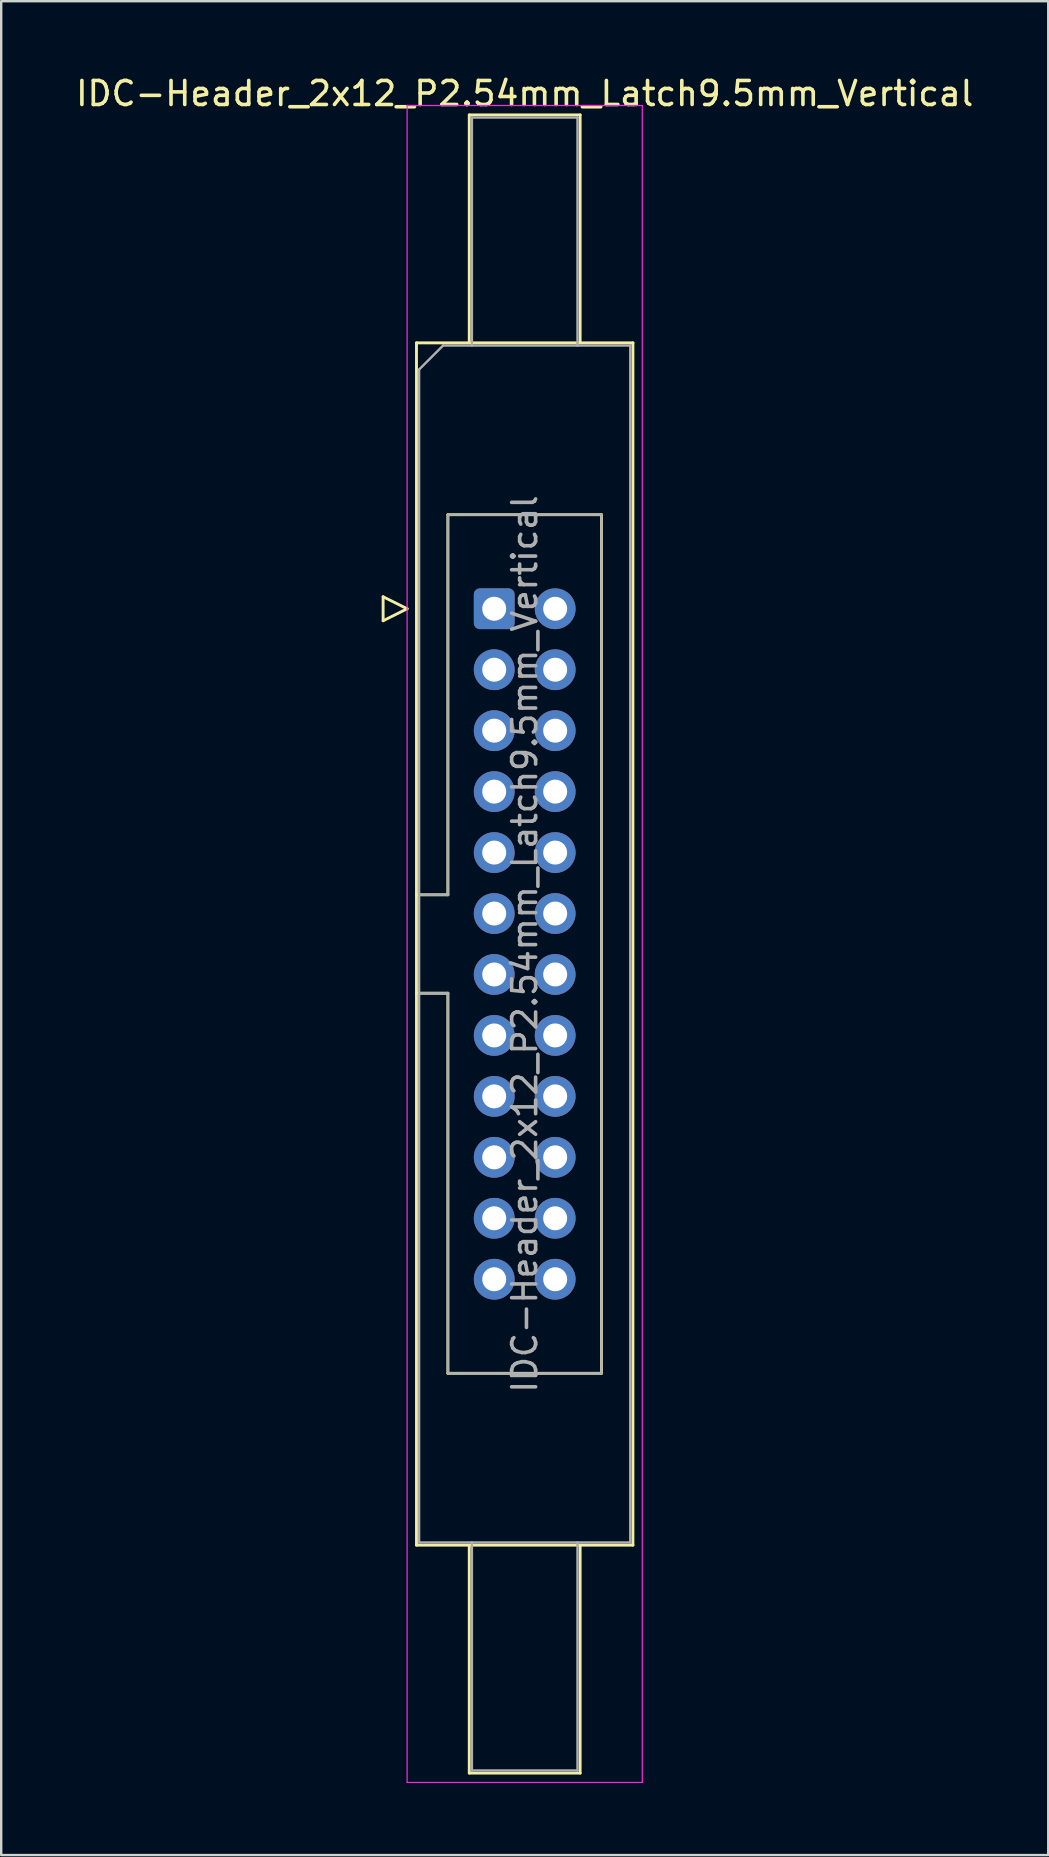
<source format=kicad_pcb>
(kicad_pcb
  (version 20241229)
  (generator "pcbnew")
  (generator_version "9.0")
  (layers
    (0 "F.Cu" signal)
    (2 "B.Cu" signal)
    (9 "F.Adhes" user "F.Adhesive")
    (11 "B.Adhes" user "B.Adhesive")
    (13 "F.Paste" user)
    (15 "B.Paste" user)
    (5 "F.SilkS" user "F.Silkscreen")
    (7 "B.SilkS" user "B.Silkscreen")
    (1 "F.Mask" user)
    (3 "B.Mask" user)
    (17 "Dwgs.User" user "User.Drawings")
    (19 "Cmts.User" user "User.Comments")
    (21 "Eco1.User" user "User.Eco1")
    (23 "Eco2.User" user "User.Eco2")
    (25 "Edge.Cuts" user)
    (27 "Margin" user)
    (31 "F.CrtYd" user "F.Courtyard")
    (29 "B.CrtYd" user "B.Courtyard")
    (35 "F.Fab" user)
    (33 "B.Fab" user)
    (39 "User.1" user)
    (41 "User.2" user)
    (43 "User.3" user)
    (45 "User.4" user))
  (footprint "IDC-Header_2x12_P2.54mm_Latch9.5mm_Vertical"
    (layer "F.Cu")
    (at 17.545 22.318)
    (property "Reference" "IDC-Header_2x12_P2.54mm_Latch9.5mm_Vertical" (at 1.27 -21.47 0) (layer "F.SilkS") (effects (font (size 1 1) (thickness 0.15))))
    (attr through_hole)
    (fp_line (start -4.63 -0.5) (end -4.63 0.5) (stroke (width 0.12) (type solid)) (layer "F.SilkS"))
    (fp_line (start -4.63 0.5) (end -3.63 0) (stroke (width 0.12) (type solid)) (layer "F.SilkS"))
    (fp_line (start -3.63 0) (end -4.63 -0.5) (stroke (width 0.12) (type solid)) (layer "F.SilkS"))
    (fp_line (start -3.24 -11.08) (end 5.78 -11.08) (stroke (width 0.12) (type solid)) (layer "F.SilkS"))
    (fp_line (start -3.24 11.92) (end -1.93 11.92) (stroke (width 0.12) (type solid)) (layer "F.SilkS"))
    (fp_line (start -3.24 39.02) (end -3.24 -11.08) (stroke (width 0.12) (type solid)) (layer "F.SilkS"))
    (fp_line (start -1.93 -3.92) (end 4.47 -3.92) (stroke (width 0.12) (type solid)) (layer "F.SilkS"))
    (fp_line (start -1.93 11.92) (end -1.93 -3.92) (stroke (width 0.12) (type solid)) (layer "F.SilkS"))
    (fp_line (start -1.93 16.02) (end -3.24 16.02) (stroke (width 0.12) (type solid)) (layer "F.SilkS"))
    (fp_line (start -1.93 31.86) (end -1.93 16.02) (stroke (width 0.12) (type solid)) (layer "F.SilkS"))
    (fp_line (start -1.04 -20.58) (end 3.58 -20.58) (stroke (width 0.12) (type solid)) (layer "F.SilkS"))
    (fp_line (start -1.04 -11.08) (end -1.04 -20.58) (stroke (width 0.12) (type solid)) (layer "F.SilkS"))
    (fp_line (start -1.04 39.02) (end -1.04 48.52) (stroke (width 0.12) (type solid)) (layer "F.SilkS"))
    (fp_line (start -1.04 48.52) (end 3.58 48.52) (stroke (width 0.12) (type solid)) (layer "F.SilkS"))
    (fp_line (start 3.58 -20.58) (end 3.58 -11.08) (stroke (width 0.12) (type solid)) (layer "F.SilkS"))
    (fp_line (start 3.58 48.52) (end 3.58 39.02) (stroke (width 0.12) (type solid)) (layer "F.SilkS"))
    (fp_line (start 4.47 -3.92) (end 4.47 31.86) (stroke (width 0.12) (type solid)) (layer "F.SilkS"))
    (fp_line (start 4.47 31.86) (end -1.93 31.86) (stroke (width 0.12) (type solid)) (layer "F.SilkS"))
    (fp_line (start 5.78 -11.08) (end 5.78 39.02) (stroke (width 0.12) (type solid)) (layer "F.SilkS"))
    (fp_line (start 5.78 39.02) (end -3.24 39.02) (stroke (width 0.12) (type solid)) (layer "F.SilkS"))
    (fp_line (start -3.63 -20.97) (end -3.63 48.91) (stroke (width 0.05) (type solid)) (layer "F.CrtYd"))
    (fp_line (start -3.63 48.91) (end 6.17 48.91) (stroke (width 0.05) (type solid)) (layer "F.CrtYd"))
    (fp_line (start 6.17 -20.97) (end -3.63 -20.97) (stroke (width 0.05) (type solid)) (layer "F.CrtYd"))
    (fp_line (start 6.17 48.91) (end 6.17 -20.97) (stroke (width 0.05) (type solid)) (layer "F.CrtYd"))
    (fp_line (start -3.13 -9.97) (end -2.13 -10.97) (stroke (width 0.1) (type solid)) (layer "F.Fab"))
    (fp_line (start -3.13 11.92) (end -1.93 11.92) (stroke (width 0.1) (type solid)) (layer "F.Fab"))
    (fp_line (start -3.13 38.91) (end -3.13 -9.97) (stroke (width 0.1) (type solid)) (layer "F.Fab"))
    (fp_line (start -2.13 -10.97) (end 5.67 -10.97) (stroke (width 0.1) (type solid)) (layer "F.Fab"))
    (fp_line (start -1.93 -3.92) (end 4.47 -3.92) (stroke (width 0.1) (type solid)) (layer "F.Fab"))
    (fp_line (start -1.93 11.92) (end -1.93 -3.92) (stroke (width 0.1) (type solid)) (layer "F.Fab"))
    (fp_line (start -1.93 16.02) (end -3.13 16.02) (stroke (width 0.1) (type solid)) (layer "F.Fab"))
    (fp_line (start -1.93 31.86) (end -1.93 16.02) (stroke (width 0.1) (type solid)) (layer "F.Fab"))
    (fp_line (start -0.93 -20.47) (end 3.47 -20.47) (stroke (width 0.1) (type solid)) (layer "F.Fab"))
    (fp_line (start -0.93 -10.97) (end -0.93 -20.47) (stroke (width 0.1) (type solid)) (layer "F.Fab"))
    (fp_line (start -0.93 38.91) (end -0.93 48.41) (stroke (width 0.1) (type solid)) (layer "F.Fab"))
    (fp_line (start -0.93 48.41) (end 3.47 48.41) (stroke (width 0.1) (type solid)) (layer "F.Fab"))
    (fp_line (start 3.47 -20.47) (end 3.47 -10.97) (stroke (width 0.1) (type solid)) (layer "F.Fab"))
    (fp_line (start 3.47 48.41) (end 3.47 38.91) (stroke (width 0.1) (type solid)) (layer "F.Fab"))
    (fp_line (start 4.47 -3.92) (end 4.47 31.86) (stroke (width 0.1) (type solid)) (layer "F.Fab"))
    (fp_line (start 4.47 31.86) (end -1.93 31.86) (stroke (width 0.1) (type solid)) (layer "F.Fab"))
    (fp_line (start 5.67 -10.97) (end 5.67 38.91) (stroke (width 0.1) (type solid)) (layer "F.Fab"))
    (fp_line (start 5.67 38.91) (end -3.13 38.91) (stroke (width 0.1) (type solid)) (layer "F.Fab"))
    (fp_text user "${REFERENCE}" (at 1.27 13.97 90) (layer "F.Fab") (effects (font (size 1 1) (thickness 0.15))))
    (pad "1" thru_hole roundrect (at 0 0) (size 1.7 1.7) (drill 1) (layers "*.Cu" "*.Mask") (roundrect_rratio 0.147))
    (pad "2" thru_hole circle (at 2.54 0) (size 1.7 1.7) (drill 1) (layers "*.Cu" "*.Mask"))
    (pad "3" thru_hole circle (at 0 2.54) (size 1.7 1.7) (drill 1) (layers "*.Cu" "*.Mask"))
    (pad "4" thru_hole circle (at 2.54 2.54) (size 1.7 1.7) (drill 1) (layers "*.Cu" "*.Mask"))
    (pad "5" thru_hole circle (at 0 5.08) (size 1.7 1.7) (drill 1) (layers "*.Cu" "*.Mask"))
    (pad "6" thru_hole circle (at 2.54 5.08) (size 1.7 1.7) (drill 1) (layers "*.Cu" "*.Mask"))
    (pad "7" thru_hole circle (at 0 7.62) (size 1.7 1.7) (drill 1) (layers "*.Cu" "*.Mask"))
    (pad "8" thru_hole circle (at 2.54 7.62) (size 1.7 1.7) (drill 1) (layers "*.Cu" "*.Mask"))
    (pad "9" thru_hole circle (at 0 10.16) (size 1.7 1.7) (drill 1) (layers "*.Cu" "*.Mask"))
    (pad "10" thru_hole circle (at 2.54 10.16) (size 1.7 1.7) (drill 1) (layers "*.Cu" "*.Mask"))
    (pad "11" thru_hole circle (at 0 12.7) (size 1.7 1.7) (drill 1) (layers "*.Cu" "*.Mask"))
    (pad "12" thru_hole circle (at 2.54 12.7) (size 1.7 1.7) (drill 1) (layers "*.Cu" "*.Mask"))
    (pad "13" thru_hole circle (at 0 15.24) (size 1.7 1.7) (drill 1) (layers "*.Cu" "*.Mask"))
    (pad "14" thru_hole circle (at 2.54 15.24) (size 1.7 1.7) (drill 1) (layers "*.Cu" "*.Mask"))
    (pad "15" thru_hole circle (at 0 17.78) (size 1.7 1.7) (drill 1) (layers "*.Cu" "*.Mask"))
    (pad "16" thru_hole circle (at 2.54 17.78) (size 1.7 1.7) (drill 1) (layers "*.Cu" "*.Mask"))
    (pad "17" thru_hole circle (at 0 20.32) (size 1.7 1.7) (drill 1) (layers "*.Cu" "*.Mask"))
    (pad "18" thru_hole circle (at 2.54 20.32) (size 1.7 1.7) (drill 1) (layers "*.Cu" "*.Mask"))
    (pad "19" thru_hole circle (at 0 22.86) (size 1.7 1.7) (drill 1) (layers "*.Cu" "*.Mask"))
    (pad "20" thru_hole circle (at 2.54 22.86) (size 1.7 1.7) (drill 1) (layers "*.Cu" "*.Mask"))
    (pad "21" thru_hole circle (at 0 25.4) (size 1.7 1.7) (drill 1) (layers "*.Cu" "*.Mask"))
    (pad "22" thru_hole circle (at 2.54 25.4) (size 1.7 1.7) (drill 1) (layers "*.Cu" "*.Mask"))
    (pad "23" thru_hole circle (at 0 27.94) (size 1.7 1.7) (drill 1) (layers "*.Cu" "*.Mask"))
    (pad "24" thru_hole circle (at 2.54 27.94) (size 1.7 1.7) (drill 1) (layers "*.Cu" "*.Mask")))
  (gr_rect
    (start -3 -3)
    (end 40.631 74.253)
    (stroke (width 0.1) (type default))
    (fill no)
    (layer "Edge.Cuts")))
</source>
